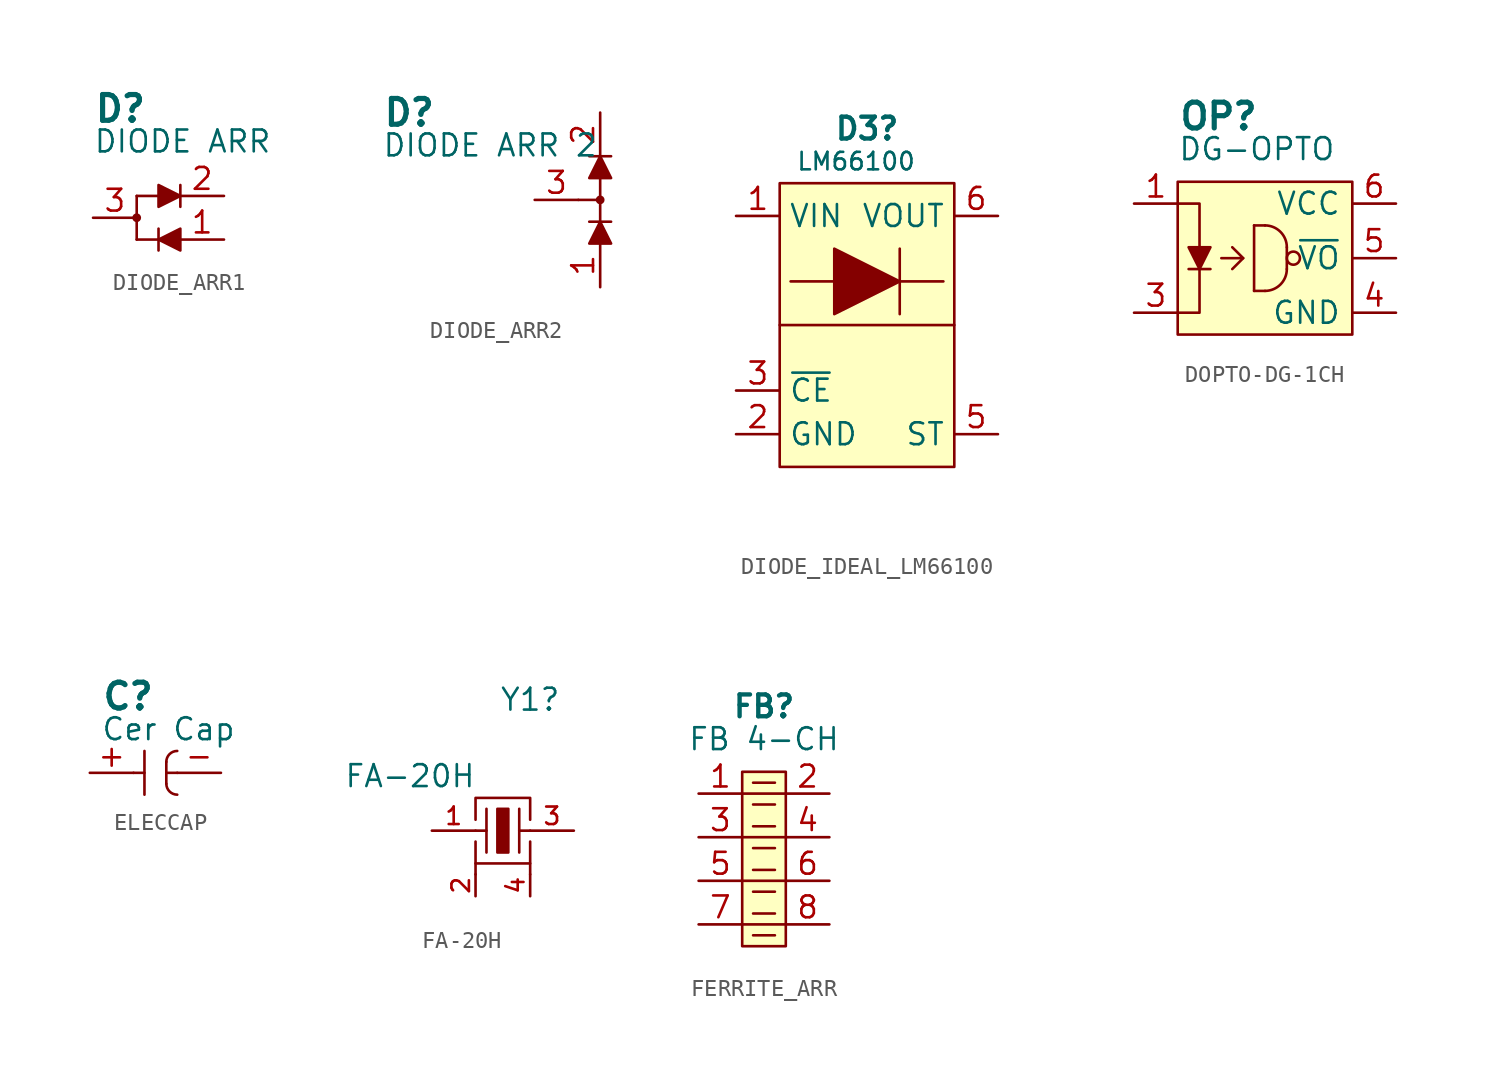
<source format=kicad_sym>
(kicad_symbol_lib
  (version 20231120)
  (generator "kicad_symbol_editor")
  (generator_version "8.0")
  (symbol "DIODE_ARR1"
    (pin_names hide)
    (property "Reference" "D"
      (at 0 0 0)
      (effects (font (size 1.5 1.5) (bold yes)) (justify left)))
    (property "Value" "DIODE ARR"
      (at 0 -1.905 0)
      (effects (font (size 1.27 1.27)) (justify left)))
    (symbol "DIODE_ARR1_0_1"
      (polyline (pts (xy 2.54 -5.08) (xy 2.54 -7.62)) (stroke (width 0) (type default)) (fill (type none)))
      (polyline (pts (xy 3.81 -8.255) (xy 3.81 -6.985)) (stroke (width 0) (type default)) (fill (type none)))
      (polyline (pts (xy 5.08 -4.445) (xy 5.08 -5.715)) (stroke (width 0) (type default)) (fill (type none))))
    (symbol "DIODE_ARR1_1_1"
      (polyline (pts (xy 3.81 -7.62) (xy 2.54 -7.62)) (stroke (width 0) (type default)) (fill (type none)))
      (polyline (pts (xy 3.81 -5.08) (xy 2.54 -5.08)) (stroke (width 0) (type default)) (fill (type none)))
      (polyline (pts (xy 3.81 -7.62) (xy 5.08 -8.255) (xy 5.08 -6.985) (xy 3.81 -7.62)) (stroke (width 0) (type default)) (fill (type outline)))
      (polyline (pts (xy 5.08 -5.08) (xy 3.81 -4.445) (xy 3.81 -5.715) (xy 5.08 -5.08)) (stroke (width 0) (type default)) (fill (type outline)))
      (circle (center 2.54 -6.35) (radius 0.18) (stroke (width 0) (type default)) (fill (type outline)))
      (pin passive line (at 7.62 -7.62 180) (length 2.54) (name "A1" (effects (font (size 1.27 1.27)))) (number "1" (effects (font (size 1.27 1.27)))))
      (pin passive line (at 7.62 -5.08 180) (length 2.54) (name "K2" (effects (font (size 1.27 1.27)))) (number "2" (effects (font (size 1.27 1.27)))))
      (pin passive line (at 0 -6.35 0) (length 2.54) (name "COM" (effects (font (size 1.27 1.27)))) (number "3" (effects (font (size 1.27 1.27)))))))
  (symbol "DIODE_ARR2"
    (pin_names hide)
    (property "Reference" "D"
      (at 0 0 0)
      (effects (font (size 1.5 1.5) (bold yes)) (justify left)))
    (property "Value" "DIODE ARR 2"
      (at 0 -1.905 0)
      (effects (font (size 1.27 1.27)) (justify left)))
    (symbol "DIODE_ARR2_0_1"
      (polyline (pts (xy 12.065 -6.35) (xy 13.335 -6.35)) (stroke (width 0) (type default)) (fill (type none)))
      (polyline (pts (xy 12.065 -2.54) (xy 13.335 -2.54)) (stroke (width 0) (type default)) (fill (type none))))
    (symbol "DIODE_ARR2_1_1"
      (polyline (pts (xy 11.43 -5.08) (xy 12.7 -5.08)) (stroke (width 0) (type default)) (fill (type none)))
      (polyline (pts (xy 12.7 -3.81) (xy 12.7 -6.35)) (stroke (width 0) (type default)) (fill (type none)))
      (polyline (pts (xy 12.7 -6.35) (xy 12.065 -7.62) (xy 13.335 -7.62) (xy 12.7 -6.35)) (stroke (width 0) (type default)) (fill (type outline)))
      (polyline (pts (xy 12.7 -2.54) (xy 12.065 -3.81) (xy 13.335 -3.81) (xy 12.7 -2.54)) (stroke (width 0) (type default)) (fill (type outline)))
      (circle (center 12.7 -5.08) (radius 0.18) (stroke (width 0) (type default)) (fill (type outline)))
      (pin passive line (at 12.7 -10.16 90) (length 2.54) (name "A1" (effects (font (size 1.27 1.27)))) (number "1" (effects (font (size 1.27 1.27)))))
      (pin passive line (at 12.7 0 270) (length 2.54) (name "K2" (effects (font (size 1.27 1.27)))) (number "2" (effects (font (size 1.27 1.27)))))
      (pin passive line (at 8.89 -5.08 0) (length 2.54) (name "COM" (effects (font (size 1.27 1.27)))) (number "3" (effects (font (size 1.27 1.27)))))))
  (symbol "DIODE_IDEAL_LM66100"
    (property "Reference" "D3"
      (at 7.62 0 0)
      (effects (font (size 1.27 1.27) (bold yes))))
    (property "Value" "  LM66100"
      (at 6.985 -1.905 0)
      (effects (font (size 1.016 1.016))))
    (symbol "DIODE_IDEAL_LM66100_0_1"
      (polyline (pts (xy 2.54 -11.43) (xy 12.7 -11.43)) (stroke (width 0) (type default)) (fill (type none))))
    (symbol "DIODE_IDEAL_LM66100_1_1"
      (polyline (pts (xy 3.175 -8.89) (xy 5.715 -8.89)) (stroke (width 0) (type default)) (fill (type none)))
      (polyline (pts (xy 9.525 -8.89) (xy 12.065 -8.89)) (stroke (width 0) (type default)) (fill (type none)))
      (polyline (pts (xy 9.525 -6.985) (xy 9.525 -10.795)) (stroke (width 0) (type default)) (fill (type none)))
      (polyline (pts (xy 5.715 -6.985) (xy 5.715 -10.795) (xy 9.525 -8.89) (xy 5.715 -6.985)) (stroke (width 0) (type default)) (fill (type outline)))
      (rectangle (start 2.54 -3.175) (end 12.7 -19.685) (stroke (width 0) (type default)) (fill (type background)))
      (pin power_in line (at 0 -5.08 0) (length 2.54) (name "VIN" (effects (font (size 1.27 1.27)))) (number "1" (effects (font (size 1.27 1.27)))))
      (pin passive line (at 0 -17.78 0) (length 2.54) (name "GND" (effects (font (size 1.27 1.27)))) (number "2" (effects (font (size 1.27 1.27)))))
      (pin passive line (at 0 -15.24 0) (length 2.54) (name "~{CE}" (effects (font (size 1.27 1.27)))) (number "3" (effects (font (size 1.27 1.27)))))
      (pin no_connect line (at 7.62 -22.225 90) (length 2.54) hide (name "N/C" (effects (font (size 1.27 1.27)))) (number "4" (effects (font (size 1.27 1.27)))))
      (pin input line (at 15.24 -17.78 180) (length 2.54) (name "ST" (effects (font (size 1.27 1.27)))) (number "5" (effects (font (size 1.27 1.27)))))
      (pin power_out line (at 15.24 -5.08 180) (length 2.54) (name "VOUT" (effects (font (size 1.27 1.27)))) (number "6" (effects (font (size 1.27 1.27)))))))
  (symbol "DOPTO-DG-1CH"
    (pin_names hide)
    (property "Reference" "OP"
      (at 0 0 0)
      (effects (font (size 1.5 1.5) (bold yes)) (justify left)))
    (property "Value" "DG-OPTO"
      (at 0 -1.905 0)
      (effects (font (size 1.27 1.27)) (justify left)))
    (symbol "DOPTO-DG-1CH_0_1"
      (polyline (pts (xy 0.635 -8.89) (xy 1.905 -8.89)) (stroke (width 0) (type default)) (fill (type none)))
      (polyline (pts (xy 0 -11.43) (xy 1.27 -11.43) (xy 1.27 -8.89)) (stroke (width 0) (type default)) (fill (type none)))
      (polyline (pts (xy 0 -5.08) (xy 1.27 -5.08) (xy 1.27 -7.62)) (stroke (width 0) (type default)) (fill (type none))))
    (symbol "DOPTO-DG-1CH_1_1"
      (rectangle (start 0 -3.81) (end 10.16 -12.7) (stroke (width 0) (type default)) (fill (type background)))
      (polyline (pts (xy 3.81 -8.255) (xy 3.175 -8.89)) (stroke (width 0) (type default)) (fill (type none)))
      (polyline (pts (xy 4.445 -10.16) (xy 5.08 -10.16)) (stroke (width 0) (type default)) (fill (type none)))
      (polyline (pts (xy 4.445 -6.35) (xy 4.445 -10.16)) (stroke (width 0) (type default)) (fill (type none)))
      (polyline (pts (xy 4.445 -6.35) (xy 5.08 -6.35)) (stroke (width 0) (type default)) (fill (type none)))
      (polyline (pts (xy 6.35 -8.89) (xy 6.35 -7.62)) (stroke (width 0) (type default)) (fill (type none)))
      (polyline (pts (xy 2.54 -8.255) (xy 3.81 -8.255) (xy 3.175 -7.62)) (stroke (width 0) (type default)) (fill (type none)))
      (polyline (pts (xy 0.635 -7.62) (xy 1.905 -7.62) (xy 1.27 -8.89) (xy 0.635 -7.62)) (stroke (width 0) (type default)) (fill (type outline)))
      (arc (start 5.08 -10.16) (mid 5.978 -9.788) (end 6.35 -8.89) (stroke (width 0) (type default)) (fill (type none)))
      (arc (start 6.35 -7.62) (mid 5.978 -6.722) (end 5.08 -6.35) (stroke (width 0) (type default)) (fill (type none)))
      (circle (center 6.731 -8.255) (radius 0.381) (stroke (width 0) (type default)) (fill (type none)))
      (text "GND" (at 9.525 -11.43 0) (effects (font (size 1.27 1.27) (color 0 100 100 1)) (justify right)))
      (text "VCC" (at 9.525 -5.08 0) (effects (font (size 1.27 1.27) (color 0 100 100 1)) (justify right)))
      (text "~{VO}" (at 9.525 -8.255 0) (effects (font (size 1.27 1.27) (color 0 100 100 1)) (justify right)))
      (pin input line (at -2.54 -5.08 0) (length 2.54) (name "A" (effects (font (size 1.27 1.27)))) (number "1" (effects (font (size 1.27 1.27)))))
      (pin input line (at -2.54 -11.43 0) (length 2.54) (name "K" (effects (font (size 1.27 1.27)))) (number "3" (effects (font (size 1.27 1.27)))))
      (pin power_in line (at 12.7 -11.43 180) (length 2.54) (name "GND" (effects (font (size 1.27 1.27)))) (number "4" (effects (font (size 1.27 1.27)))))
      (pin power_in line (at 12.7 -8.255 180) (length 2.54) (name "~{VO}" (effects (font (size 1.27 1.27)))) (number "5" (effects (font (size 1.27 1.27)))))
      (pin power_in line (at 12.7 -5.08 180) (length 2.54) (name "VCC" (effects (font (size 1.27 1.27)))) (number "6" (effects (font (size 1.27 1.27)))))))
  (symbol "ELECCAP"
    (pin_names hide)
    (property "Reference" "C"
      (at -1.905 1.905 0)
      (effects (font (size 1.5 1.5) (bold yes)) (justify left)))
    (property "Value" "Cer Cap"
      (at -1.905 0 0)
      (effects (font (size 1.27 1.27)) (justify left)))
    (symbol "ELECCAP_0_1"
      (polyline (pts (xy 0.635 -1.27) (xy 0.635 -3.81)) (stroke (width 0) (type default)) (fill (type none)))
      (arc (start 2.54 -1.27) (mid 2.091 -1.456) (end 1.905 -1.905) (stroke (width 0) (type default)) (fill (type none))))
    (symbol "ELECCAP_1_1"
      (polyline (pts (xy 0.635 -2.54) (xy 0 -2.54)) (stroke (width 0) (type default)) (fill (type none)))
      (polyline (pts (xy 1.905 -3.175) (xy 1.905 -1.905)) (stroke (width 0) (type default)) (fill (type none)))
      (polyline (pts (xy 2.54 -2.54) (xy 1.905 -2.54)) (stroke (width 0) (type default)) (fill (type none)))
      (arc (start 1.905 -3.175) (mid 2.091 -3.624) (end 2.54 -3.81) (stroke (width 0) (type default)) (fill (type none)))
      (pin bidirectional line (at -2.54 -2.54 0) (length 2.54) (name "+" (effects (font (size 1.27 1.27)))) (number "+" (effects (font (size 1.27 1.27)))))
      (pin bidirectional line (at 5.08 -2.54 180) (length 2.54) (name "-" (effects (font (size 1.27 1.27)))) (number "-" (effects (font (size 1.27 1.27)))))))
  (symbol "FA-20H"
    (pin_names
      (offset 1.016))
    (property "Reference" "Y1"
      (at 0 7.62 0)
      (effects (font (size 1.27 1.27))))
    (property "Value" "FA-20H"
      (at -6.985 3.175 0)
      (effects (font (size 1.27 1.27))))
    (property "MPN" ""
      (at 0 0 0)
      (effects (font (size 1.27 1.27))))
    (symbol "FA-20H_0_0"
      (pin passive line (at -5.715 0 0) (length 2.54) (name "~" (effects (font (size 1.016 1.016)))) (number "1" (effects (font (size 1.016 1.016)))))
      (pin passive line (at 2.54 0 180) (length 2.54) (name "~" (effects (font (size 1.016 1.016)))) (number "3" (effects (font (size 1.016 1.016))))))
    (symbol "FA-20H_0_1"
      (polyline (pts (xy -2.54 1.27) (xy -2.54 -1.27)) (stroke (width 0) (type default)) (fill (type none)))
      (polyline (pts (xy -0.635 1.27) (xy -0.635 -1.27)) (stroke (width 0) (type default)) (fill (type none)))
      (polyline (pts (xy -3.175 0.635) (xy -3.175 1.905) (xy 0 1.905) (xy 0 0.635)) (stroke (width 0) (type default)) (fill (type none)))
      (polyline (pts (xy 0 -0.635) (xy 0 -1.905) (xy -3.175 -1.905) (xy -3.175 -0.635)) (stroke (width 0) (type default)) (fill (type none))))
    (symbol "FA-20H_1_0"
      (pin passive line (at -3.175 -3.81 90) (length 1.27) (name "" (effects (font (size 1.016 1.016)))) (number "2" (effects (font (size 1.016 1.016)))))
      (pin passive line (at 0 -3.81 90) (length 1.27) (name "" (effects (font (size 1.016 1.016)))) (number "4" (effects (font (size 1.016 1.016))))))
    (symbol "FA-20H_1_1"
      (rectangle (start -1.905 1.27) (end -1.27 -1.27) (stroke (width 0) (type default)) (fill (type outline)))
      (polyline (pts (xy -3.175 -2.54) (xy -3.175 -1.905)) (stroke (width 0) (type default)) (fill (type none)))
      (polyline (pts (xy -2.54 0) (xy -3.175 0)) (stroke (width 0) (type default)) (fill (type none)))
      (polyline (pts (xy 0 -2.54) (xy 0 -1.905)) (stroke (width 0) (type default)) (fill (type none)))
      (polyline (pts (xy 0 0) (xy -0.635 0)) (stroke (width 0) (type default)) (fill (type none)))))
  (symbol "FERRITE_ARR"
    (pin_names hide)
    (property "Reference" "FB"
      (at 0 0 0)
      (effects (font (size 1.27 1.27) (bold yes))))
    (property "Value" "FB 4-CH"
      (at 0 -1.905 0)
      (effects (font (size 1.27 1.27))))
    (symbol "FERRITE_ARR_1_1"
      (rectangle (start -1.27 -3.81) (end 1.27 -13.97) (stroke (width 0) (type default)) (fill (type background)))
      (polyline (pts (xy -1.27 -12.7) (xy 1.27 -12.7)) (stroke (width 0) (type default)) (fill (type none)))
      (polyline (pts (xy -1.27 -10.16) (xy 1.27 -10.16)) (stroke (width 0) (type default)) (fill (type none)))
      (polyline (pts (xy -1.27 -7.62) (xy 1.27 -7.62)) (stroke (width 0) (type default)) (fill (type none)))
      (polyline (pts (xy -1.27 -5.08) (xy 1.27 -5.08)) (stroke (width 0) (type default)) (fill (type none)))
      (polyline (pts (xy -0.635 -13.335) (xy 0.635 -13.335)) (stroke (width 0) (type default)) (fill (type none)))
      (polyline (pts (xy -0.635 -12.065) (xy 0.635 -12.065)) (stroke (width 0) (type default)) (fill (type none)))
      (polyline (pts (xy -0.635 -10.795) (xy 0.635 -10.795)) (stroke (width 0) (type default)) (fill (type none)))
      (polyline (pts (xy -0.635 -9.525) (xy 0.635 -9.525)) (stroke (width 0) (type default)) (fill (type none)))
      (polyline (pts (xy -0.635 -8.255) (xy 0.635 -8.255)) (stroke (width 0) (type default)) (fill (type none)))
      (polyline (pts (xy -0.635 -6.985) (xy 0.635 -6.985)) (stroke (width 0) (type default)) (fill (type none)))
      (polyline (pts (xy -0.635 -5.715) (xy 0.635 -5.715)) (stroke (width 0) (type default)) (fill (type none)))
      (polyline (pts (xy -0.635 -4.445) (xy 0.635 -4.445)) (stroke (width 0) (type default)) (fill (type none)))
      (pin bidirectional line (at -3.81 -5.08 0) (length 2.54) (name "1" (effects (font (size 1.27 1.27)))) (number "1" (effects (font (size 1.27 1.27)))))
      (pin bidirectional line (at 3.81 -5.08 180) (length 2.54) (name "2" (effects (font (size 1.27 1.27)))) (number "2" (effects (font (size 1.27 1.27)))))
      (pin bidirectional line (at -3.81 -7.62 0) (length 2.54) (name "3" (effects (font (size 1.27 1.27)))) (number "3" (effects (font (size 1.27 1.27)))))
      (pin bidirectional line (at 3.81 -7.62 180) (length 2.54) (name "4" (effects (font (size 1.27 1.27)))) (number "4" (effects (font (size 1.27 1.27)))))
      (pin bidirectional line (at -3.81 -10.16 0) (length 2.54) (name "5" (effects (font (size 1.27 1.27)))) (number "5" (effects (font (size 1.27 1.27)))))
      (pin bidirectional line (at 3.81 -10.16 180) (length 2.54) (name "6" (effects (font (size 1.27 1.27)))) (number "6" (effects (font (size 1.27 1.27)))))
      (pin bidirectional line (at -3.81 -12.7 0) (length 2.54) (name "7" (effects (font (size 1.27 1.27)))) (number "7" (effects (font (size 1.27 1.27)))))
      (pin bidirectional line (at 3.81 -12.7 180) (length 2.54) (name "8" (effects (font (size 1.27 1.27)))) (number "8" (effects (font (size 1.27 1.27))))))))
</source>
